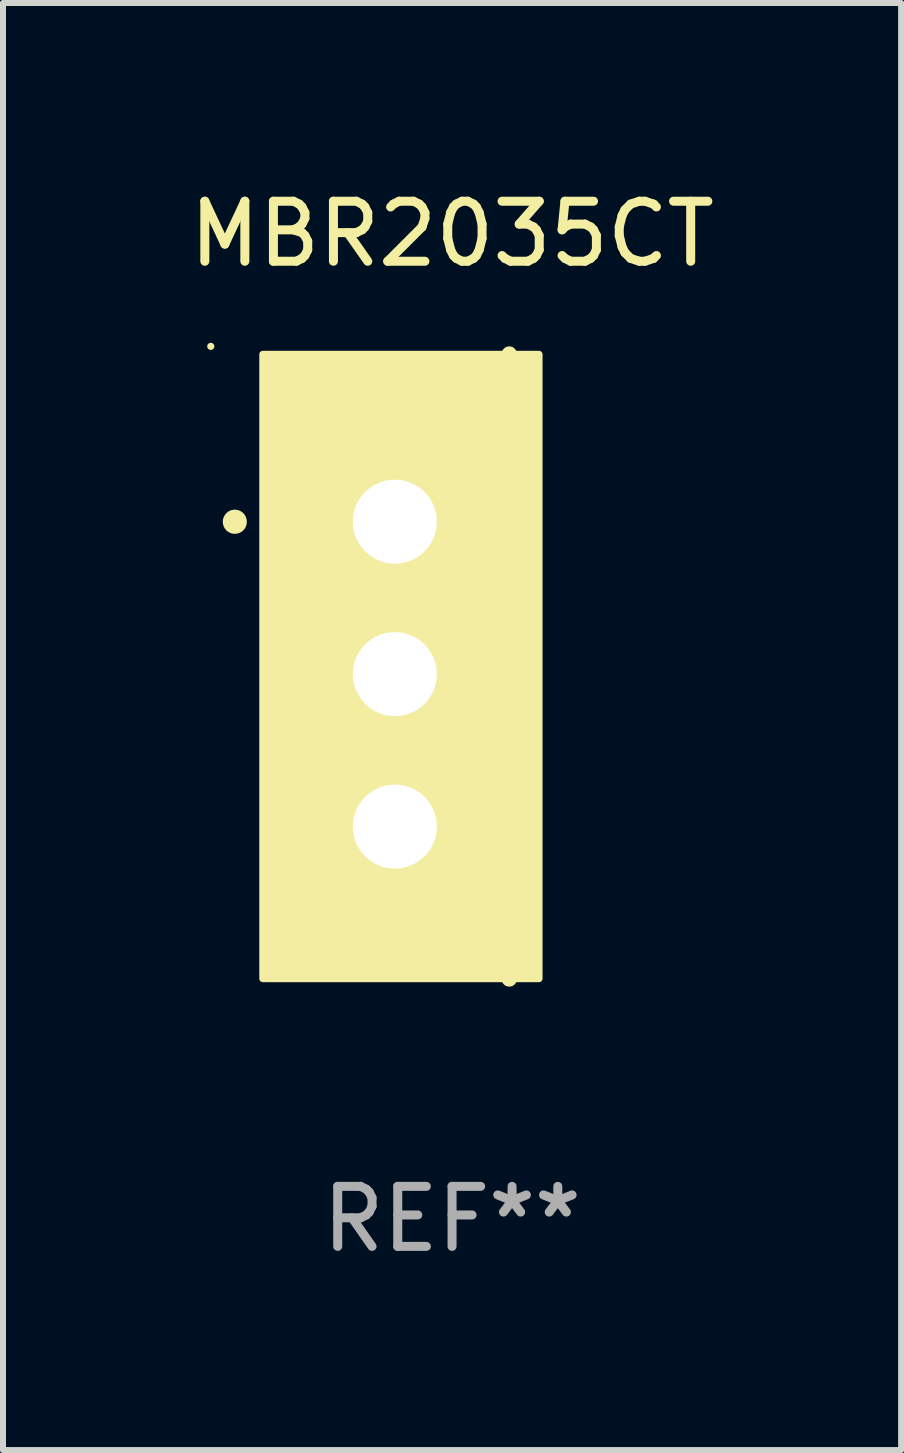
<source format=kicad_pcb>
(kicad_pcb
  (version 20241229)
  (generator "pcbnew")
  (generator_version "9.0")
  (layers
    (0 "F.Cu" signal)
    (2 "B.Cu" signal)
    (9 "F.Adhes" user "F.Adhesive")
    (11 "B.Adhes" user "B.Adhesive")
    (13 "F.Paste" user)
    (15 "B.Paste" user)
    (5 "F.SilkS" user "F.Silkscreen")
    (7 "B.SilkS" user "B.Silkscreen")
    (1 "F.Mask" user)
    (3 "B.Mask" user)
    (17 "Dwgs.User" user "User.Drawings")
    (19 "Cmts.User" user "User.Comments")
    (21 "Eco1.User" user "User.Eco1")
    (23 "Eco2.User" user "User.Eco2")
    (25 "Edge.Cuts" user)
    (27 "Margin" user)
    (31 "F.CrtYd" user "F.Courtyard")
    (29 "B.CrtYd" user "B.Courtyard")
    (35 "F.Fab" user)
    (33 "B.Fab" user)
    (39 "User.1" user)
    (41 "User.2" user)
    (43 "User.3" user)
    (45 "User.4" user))
  (footprint "MBR2035CT"
    (layer "F.Cu")
    (at 4.482 8.055)
    (property "Reference" "MBR2035CT" (at 0 -7.207 0) (layer "F.SilkS") (effects (font (size 1 1) (thickness 0.15))))
    (attr through_hole)
    (fp_line (start 0.953 5.207) (end 0.953 -5.207) (stroke (width 0.254) (type solid)) (layer "F.SilkS"))
    (fp_arc (start -3.619507 -2.410465) (mid -3.619511 -2.411735) (end -3.619507 -2.413005) (stroke (width 0.4) (type solid)) (layer "F.SilkS"))
    (fp_circle (center -4.02 -5.334) (end -3.99 -5.334) (stroke (width 0.06) (type solid)) (fill no) (layer "F.SilkS"))
    (fp_poly (pts (xy -3.152 -5.2) (xy 1.448 -5.2) (xy 1.448 5.2) (xy -3.152 5.2)) (stroke (width 0.12) (type solid)) (fill yes) (layer "F.SilkS"))
    (fp_text user "REF**" (at 0 9.207 0) (layer "F.Fab") (effects (font (size 1 1) (thickness 0.15))))
    (pad "1" thru_hole rect (at -0.953 -2.413 270) (size 2 2.5) (drill 1.4) (layers "*.Cu" "*.Mask"))
    (pad "2" thru_hole oval (at -0.953 0.127 270) (size 2 2.5) (drill 1.4) (layers "*.Cu" "*.Mask"))
    (pad "3" thru_hole oval (at -0.953 2.667 270) (size 2 2.5) (drill 1.4) (layers "*.Cu" "*.Mask")))
  (gr_rect
    (start -3 -3)
    (end 11.964 21.111)
    (stroke (width 0.1) (type default))
    (fill no)
    (layer "Edge.Cuts")))
</source>
